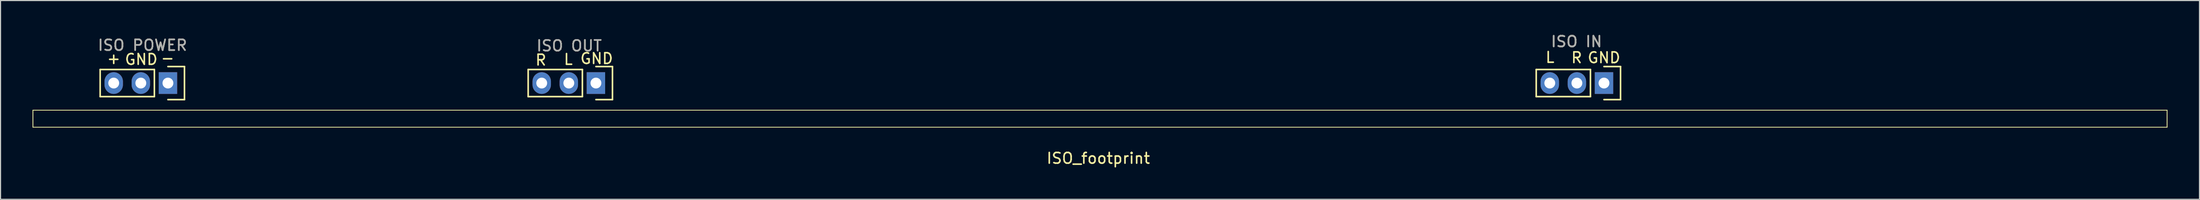
<source format=kicad_pcb>
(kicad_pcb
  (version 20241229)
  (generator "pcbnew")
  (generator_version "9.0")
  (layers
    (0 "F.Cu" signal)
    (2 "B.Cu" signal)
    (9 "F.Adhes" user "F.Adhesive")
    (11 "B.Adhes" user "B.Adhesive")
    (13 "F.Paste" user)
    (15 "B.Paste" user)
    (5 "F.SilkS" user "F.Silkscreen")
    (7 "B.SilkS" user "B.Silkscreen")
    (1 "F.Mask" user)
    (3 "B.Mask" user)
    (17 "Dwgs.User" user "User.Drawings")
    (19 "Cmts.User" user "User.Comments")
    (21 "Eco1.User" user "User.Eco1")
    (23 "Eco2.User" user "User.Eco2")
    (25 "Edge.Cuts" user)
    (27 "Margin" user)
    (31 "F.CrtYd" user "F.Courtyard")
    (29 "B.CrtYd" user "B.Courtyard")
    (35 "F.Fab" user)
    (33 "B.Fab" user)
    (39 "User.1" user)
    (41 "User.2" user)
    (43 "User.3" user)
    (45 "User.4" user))
  (footprint "ISO_footprint"
    (layer "F.Cu")
    (at 100.037 7.278)
    (property "Reference" "ISO_footprint" (at -0.16 4.51 0) (layer "F.SilkS") (effects (font (size 1 1) (thickness 0.15))))
    (attr through_hole)
    (fp_line (start -100 0) (end -100 1.6) (stroke (width 0.075) (type solid)) (layer "F.SilkS"))
    (fp_line (start -100 0) (end 100 0) (stroke (width 0.075) (type solid)) (layer "F.SilkS"))
    (fp_line (start -100 1.6) (end 100 1.6) (stroke (width 0.075) (type solid)) (layer "F.SilkS"))
    (fp_line (start -93.7 -3.81) (end -93.7 -1.27) (stroke (width 0.15) (type solid)) (layer "F.SilkS"))
    (fp_line (start -93.7 -1.27) (end -88.62 -1.27) (stroke (width 0.15) (type solid)) (layer "F.SilkS"))
    (fp_line (start -88.62 -3.81) (end -93.7 -3.81) (stroke (width 0.15) (type solid)) (layer "F.SilkS"))
    (fp_line (start -88.62 -1.27) (end -88.62 -3.81) (stroke (width 0.15) (type solid)) (layer "F.SilkS"))
    (fp_line (start -87.35 -4.09) (end -85.8 -4.09) (stroke (width 0.15) (type solid)) (layer "F.SilkS"))
    (fp_line (start -85.8 -4.09) (end -85.8 -0.99) (stroke (width 0.15) (type solid)) (layer "F.SilkS"))
    (fp_line (start -85.8 -0.99) (end -87.35 -0.99) (stroke (width 0.15) (type solid)) (layer "F.SilkS"))
    (fp_line (start -53.59 -3.81) (end -53.59 -1.27) (stroke (width 0.15) (type solid)) (layer "F.SilkS"))
    (fp_line (start -53.59 -1.27) (end -48.51 -1.27) (stroke (width 0.15) (type solid)) (layer "F.SilkS"))
    (fp_line (start -48.51 -3.81) (end -53.59 -3.81) (stroke (width 0.15) (type solid)) (layer "F.SilkS"))
    (fp_line (start -48.51 -1.27) (end -48.51 -3.81) (stroke (width 0.15) (type solid)) (layer "F.SilkS"))
    (fp_line (start -47.24 -4.09) (end -45.69 -4.09) (stroke (width 0.15) (type solid)) (layer "F.SilkS"))
    (fp_line (start -45.69 -4.09) (end -45.69 -0.99) (stroke (width 0.15) (type solid)) (layer "F.SilkS"))
    (fp_line (start -45.69 -0.99) (end -47.24 -0.99) (stroke (width 0.15) (type solid)) (layer "F.SilkS"))
    (fp_line (start 40.88 -3.81) (end 40.88 -1.27) (stroke (width 0.15) (type solid)) (layer "F.SilkS"))
    (fp_line (start 40.88 -1.27) (end 45.96 -1.27) (stroke (width 0.15) (type solid)) (layer "F.SilkS"))
    (fp_line (start 45.96 -3.81) (end 40.88 -3.81) (stroke (width 0.15) (type solid)) (layer "F.SilkS"))
    (fp_line (start 45.96 -1.27) (end 45.96 -3.81) (stroke (width 0.15) (type solid)) (layer "F.SilkS"))
    (fp_line (start 47.23 -4.09) (end 48.78 -4.09) (stroke (width 0.15) (type solid)) (layer "F.SilkS"))
    (fp_line (start 48.78 -4.09) (end 48.78 -0.99) (stroke (width 0.15) (type solid)) (layer "F.SilkS"))
    (fp_line (start 48.78 -0.99) (end 47.23 -0.99) (stroke (width 0.15) (type solid)) (layer "F.SilkS"))
    (fp_line (start 100 0) (end 100 1.6) (stroke (width 0.075) (type solid)) (layer "F.SilkS"))
    (fp_text user "ISO IN" (at 44.66 -6.43 0) (layer "F.SilkS") (effects (font (size 1 1) (thickness 0.15))))
    (fp_text user "-" (at -87.38 -4.89 0) (layer "F.SilkS") (effects (font (size 1 1) (thickness 0.15))))
    (fp_text user "L" (at -49.83 -4.76 0) (layer "F.SilkS") (effects (font (size 1 1) (thickness 0.15))))
    (fp_text user "+" (at -92.43 -4.84 0) (layer "F.SilkS") (effects (font (size 1 1) (thickness 0.15))))
    (fp_text user "R" (at 44.67 -4.92 0) (layer "F.SilkS") (effects (font (size 1 1) (thickness 0.15))))
    (fp_text user "GND" (at 47.23 -4.92 0) (layer "F.SilkS") (effects (font (size 1 1) (thickness 0.15))))
    (fp_text user "ISO OUT" (at -49.75 -6.04 0) (layer "F.SilkS") (effects (font (size 1 1) (thickness 0.15))))
    (fp_text user "GND" (at -89.85 -4.76 0) (layer "F.SilkS") (effects (font (size 1 1) (thickness 0.15))))
    (fp_text user "R" (at -52.4 -4.7 0) (layer "F.SilkS") (effects (font (size 1 1) (thickness 0.15))))
    (fp_text user "ISO POWER" (at -89.73 -6.09 0) (layer "F.SilkS") (effects (font (size 1 1) (thickness 0.15))))
    (fp_text user "L" (at 42.17 -4.95 0) (layer "F.SilkS") (effects (font (size 1 1) (thickness 0.15))))
    (fp_text user "GND" (at -47.17 -4.84 0) (layer "F.SilkS") (effects (font (size 1 1) (thickness 0.15))))
    (fp_text user "ISO OUT" (at -49.75 -6.04 0) (layer "F.Fab") (effects (font (size 1 1) (thickness 0.15))))
    (fp_text user "ISO POWER" (at -89.73 -6.09 0) (layer "F.Fab") (effects (font (size 1 1) (thickness 0.15))))
    (fp_text user "ISO IN" (at 44.66 -6.43 0) (layer "F.Fab") (effects (font (size 1 1) (thickness 0.15))))
    (pad "1" thru_hole oval (at -92.43 -2.54 270) (size 2.032 1.727) (drill 1.016) (layers "*.Cu" "*.Mask"))
    (pad "2" thru_hole oval (at -89.89 -2.54 270) (size 2.032 1.727) (drill 1.016) (layers "*.Cu" "*.Mask"))
    (pad "3" thru_hole rect (at -87.35 -2.54 270) (size 2.032 1.727) (drill 1.016) (layers "*.Cu" "*.Mask"))
    (pad "4" thru_hole oval (at -52.32 -2.54 270) (size 2.032 1.727) (drill 1.016) (layers "*.Cu" "*.Mask"))
    (pad "5" thru_hole oval (at -49.78 -2.54 270) (size 2.032 1.727) (drill 1.016) (layers "*.Cu" "*.Mask"))
    (pad "6" thru_hole rect (at -47.24 -2.54 270) (size 2.032 1.727) (drill 1.016) (layers "*.Cu" "*.Mask"))
    (pad "7" thru_hole oval (at 42.15 -2.54 270) (size 2.032 1.727) (drill 1.016) (layers "*.Cu" "*.Mask"))
    (pad "8" thru_hole oval (at 44.69 -2.54 270) (size 2.032 1.727) (drill 1.016) (layers "*.Cu" "*.Mask"))
    (pad "9" thru_hole rect (at 47.23 -2.54 270) (size 2.032 1.727) (drill 1.016) (layers "*.Cu" "*.Mask")))
  (gr_rect
    (start -3 -3)
    (end 203.075 15.636)
    (stroke (width 0.1) (type default))
    (fill no)
    (layer "Edge.Cuts")))
</source>
